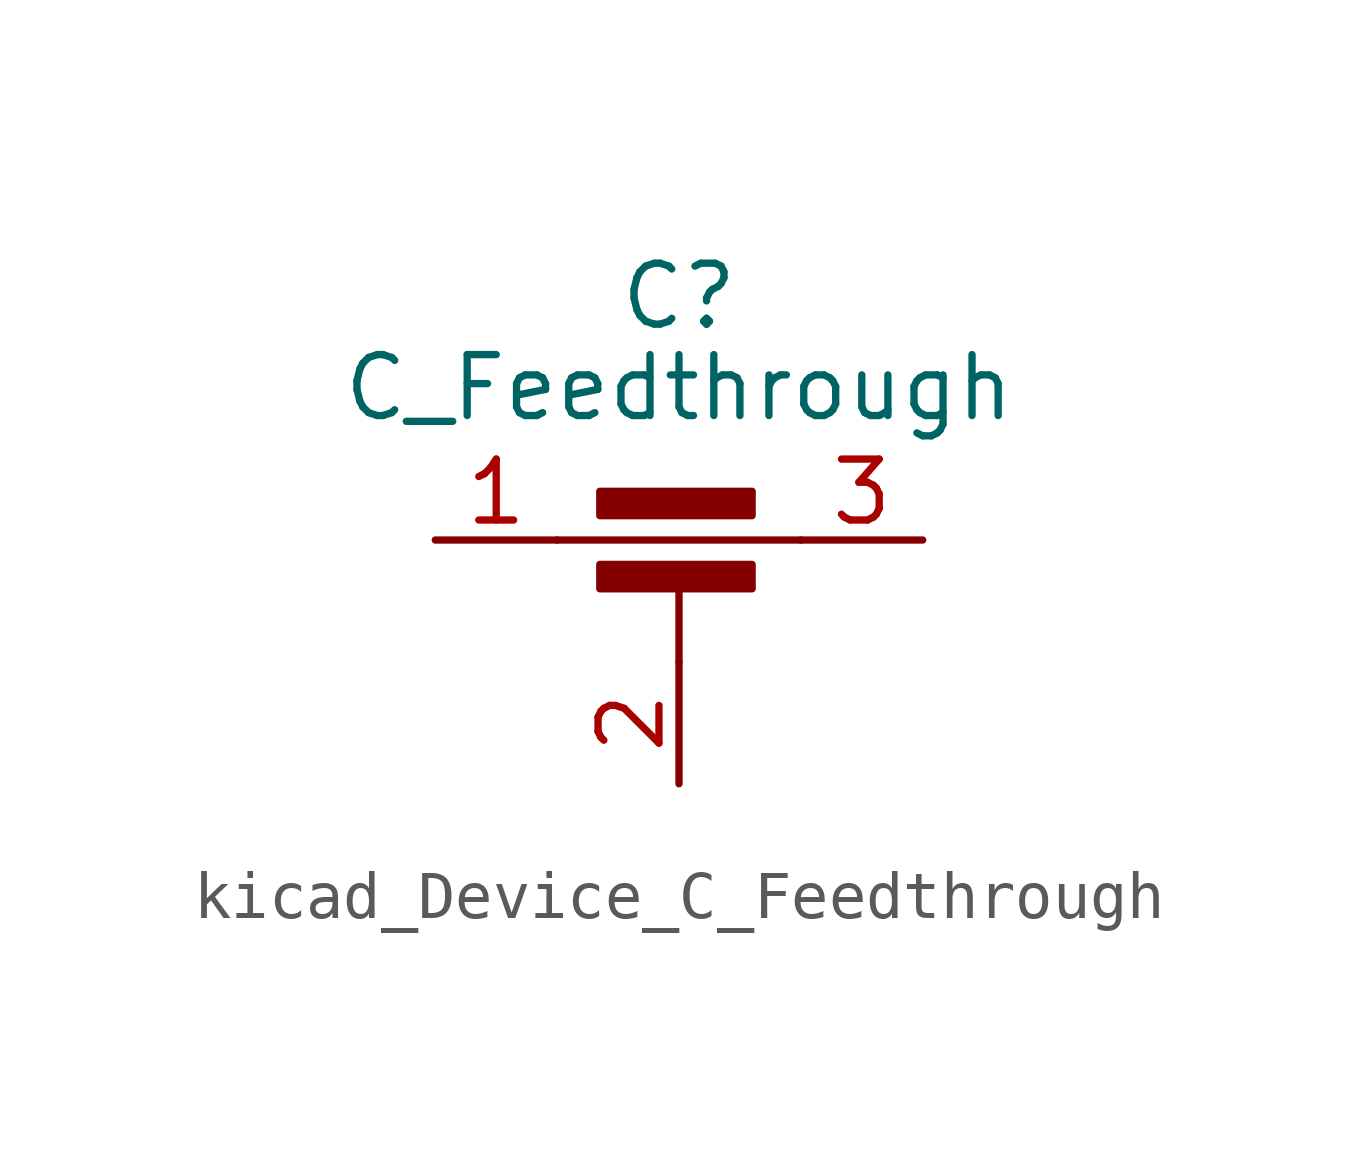
<source format=kicad_sym>
(kicad_symbol_lib
  (version 20220914)
  (generator kicad_symbol_editor)
  (symbol "kicad_Device_C_Feedthrough"
    (pin_names
      (offset 0.254) hide)
    (property "Reference" "C"
      (at 0 7.62 0)
      (effects (font (size 1.27 1.27))))
    (property "Value" "C_Feedthrough"
      (at 0 5.715 0)
      (effects (font (size 1.27 1.27))))
    (symbol "kicad_Device_C_Feedthrough_0_1"
      (rectangle (start -1.651 1.524) (end 1.524 2.032) (stroke (width 0) (type default)) (fill (type outline)))
      (polyline (pts (xy -2.54 2.54) (xy 2.54 2.54)) (stroke (width 0) (type default)) (fill (type none)))
      (polyline (pts (xy 0 0) (xy 0 1.778)) (stroke (width 0) (type default)) (fill (type none)))
      (rectangle (start 1.524 3.048) (end -1.651 3.556) (stroke (width 0) (type default)) (fill (type outline))))
    (symbol "kicad_Device_C_Feedthrough_1_1"
      (pin passive line (at -5.08 2.54 0) (length 2.54) (name "1" (effects (font (size 1.27 1.27)))) (number "1" (effects (font (size 1.27 1.27)))))
      (pin passive line (at 0 -2.54 90) (length 2.54) (name "2" (effects (font (size 1.27 1.27)))) (number "2" (effects (font (size 1.27 1.27)))))
      (pin passive line (at 5.08 2.54 180) (length 2.54) (name "3" (effects (font (size 1.27 1.27)))) (number "3" (effects (font (size 1.27 1.27))))))))
</source>
